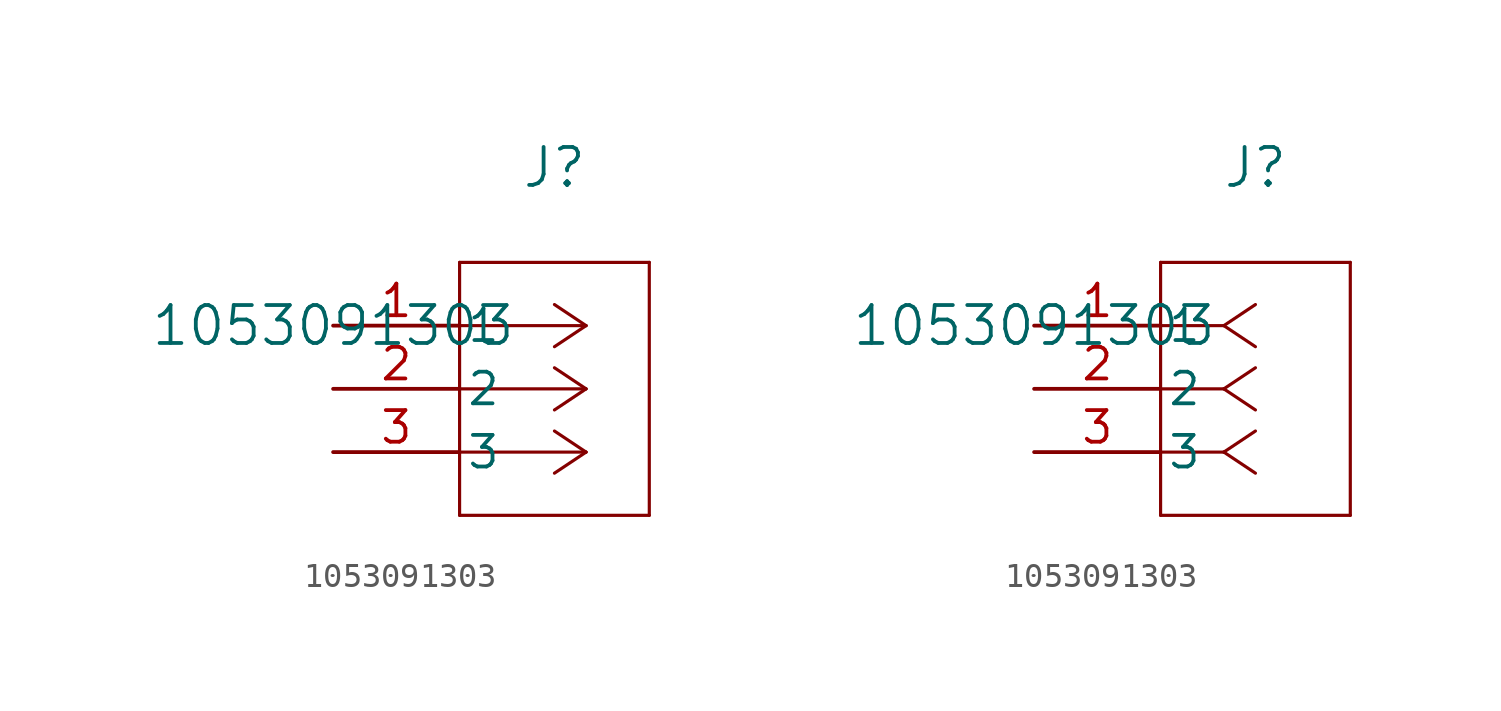
<source format=kicad_sym>
(kicad_symbol_lib
  (version 20211014)
  (generator kicad_symbol_editor)
  (symbol "1053091303"
    (pin_names
      (offset 0.254))
    (property "Reference" "J"
      (at 8.89 6.35 0)
      (effects (font (size 1.524 1.524))))
    (property "Value" "1053091303"
      (at 0 0 0)
      (effects (font (size 1.524 1.524))))
    (symbol "1053091303_1_1"
      (polyline (pts (xy 10.16 0) (xy 5.08 0)) (stroke (width 0.127) (type default) (color 0 0 0 0)) (fill (type none)))
      (polyline (pts (xy 10.16 -2.54) (xy 5.08 -2.54)) (stroke (width 0.127) (type default) (color 0 0 0 0)) (fill (type none)))
      (polyline (pts (xy 10.16 -5.08) (xy 5.08 -5.08)) (stroke (width 0.127) (type default) (color 0 0 0 0)) (fill (type none)))
      (polyline (pts (xy 10.16 0) (xy 8.89 0.847)) (stroke (width 0.127) (type default) (color 0 0 0 0)) (fill (type none)))
      (polyline (pts (xy 10.16 -2.54) (xy 8.89 -1.693)) (stroke (width 0.127) (type default) (color 0 0 0 0)) (fill (type none)))
      (polyline (pts (xy 10.16 -5.08) (xy 8.89 -4.233)) (stroke (width 0.127) (type default) (color 0 0 0 0)) (fill (type none)))
      (polyline (pts (xy 10.16 0) (xy 8.89 -0.847)) (stroke (width 0.127) (type default) (color 0 0 0 0)) (fill (type none)))
      (polyline (pts (xy 10.16 -2.54) (xy 8.89 -3.387)) (stroke (width 0.127) (type default) (color 0 0 0 0)) (fill (type none)))
      (polyline (pts (xy 10.16 -5.08) (xy 8.89 -5.927)) (stroke (width 0.127) (type default) (color 0 0 0 0)) (fill (type none)))
      (polyline (pts (xy 5.08 2.54) (xy 5.08 -7.62)) (stroke (width 0.127) (type default) (color 0 0 0 0)) (fill (type none)))
      (polyline (pts (xy 5.08 -7.62) (xy 12.7 -7.62)) (stroke (width 0.127) (type default) (color 0 0 0 0)) (fill (type none)))
      (polyline (pts (xy 12.7 -7.62) (xy 12.7 2.54)) (stroke (width 0.127) (type default) (color 0 0 0 0)) (fill (type none)))
      (polyline (pts (xy 12.7 2.54) (xy 5.08 2.54)) (stroke (width 0.127) (type default) (color 0 0 0 0)) (fill (type none)))
      (pin unspecified line (at 0 0 0) (length 5.08) (name "1" (effects (font (size 1.27 1.27)))) (number "1" (effects (font (size 1.27 1.27)))))
      (pin unspecified line (at 0 -2.54 0) (length 5.08) (name "2" (effects (font (size 1.27 1.27)))) (number "2" (effects (font (size 1.27 1.27)))))
      (pin unspecified line (at 0 -5.08 0) (length 5.08) (name "3" (effects (font (size 1.27 1.27)))) (number "3" (effects (font (size 1.27 1.27))))))
    (symbol "1053091303_1_2"
      (polyline (pts (xy 7.62 0) (xy 5.08 0)) (stroke (width 0.127) (type default) (color 0 0 0 0)) (fill (type none)))
      (polyline (pts (xy 7.62 -2.54) (xy 5.08 -2.54)) (stroke (width 0.127) (type default) (color 0 0 0 0)) (fill (type none)))
      (polyline (pts (xy 7.62 -5.08) (xy 5.08 -5.08)) (stroke (width 0.127) (type default) (color 0 0 0 0)) (fill (type none)))
      (polyline (pts (xy 7.62 0) (xy 8.89 0.847)) (stroke (width 0.127) (type default) (color 0 0 0 0)) (fill (type none)))
      (polyline (pts (xy 7.62 -2.54) (xy 8.89 -1.693)) (stroke (width 0.127) (type default) (color 0 0 0 0)) (fill (type none)))
      (polyline (pts (xy 7.62 -5.08) (xy 8.89 -4.233)) (stroke (width 0.127) (type default) (color 0 0 0 0)) (fill (type none)))
      (polyline (pts (xy 7.62 0) (xy 8.89 -0.847)) (stroke (width 0.127) (type default) (color 0 0 0 0)) (fill (type none)))
      (polyline (pts (xy 7.62 -2.54) (xy 8.89 -3.387)) (stroke (width 0.127) (type default) (color 0 0 0 0)) (fill (type none)))
      (polyline (pts (xy 7.62 -5.08) (xy 8.89 -5.927)) (stroke (width 0.127) (type default) (color 0 0 0 0)) (fill (type none)))
      (polyline (pts (xy 5.08 2.54) (xy 5.08 -7.62)) (stroke (width 0.127) (type default) (color 0 0 0 0)) (fill (type none)))
      (polyline (pts (xy 5.08 -7.62) (xy 12.7 -7.62)) (stroke (width 0.127) (type default) (color 0 0 0 0)) (fill (type none)))
      (polyline (pts (xy 12.7 -7.62) (xy 12.7 2.54)) (stroke (width 0.127) (type default) (color 0 0 0 0)) (fill (type none)))
      (polyline (pts (xy 12.7 2.54) (xy 5.08 2.54)) (stroke (width 0.127) (type default) (color 0 0 0 0)) (fill (type none)))
      (pin unspecified line (at 0 0 0) (length 5.08) (name "1" (effects (font (size 1.27 1.27)))) (number "1" (effects (font (size 1.27 1.27)))))
      (pin unspecified line (at 0 -2.54 0) (length 5.08) (name "2" (effects (font (size 1.27 1.27)))) (number "2" (effects (font (size 1.27 1.27)))))
      (pin unspecified line (at 0 -5.08 0) (length 5.08) (name "3" (effects (font (size 1.27 1.27)))) (number "3" (effects (font (size 1.27 1.27))))))))
</source>
